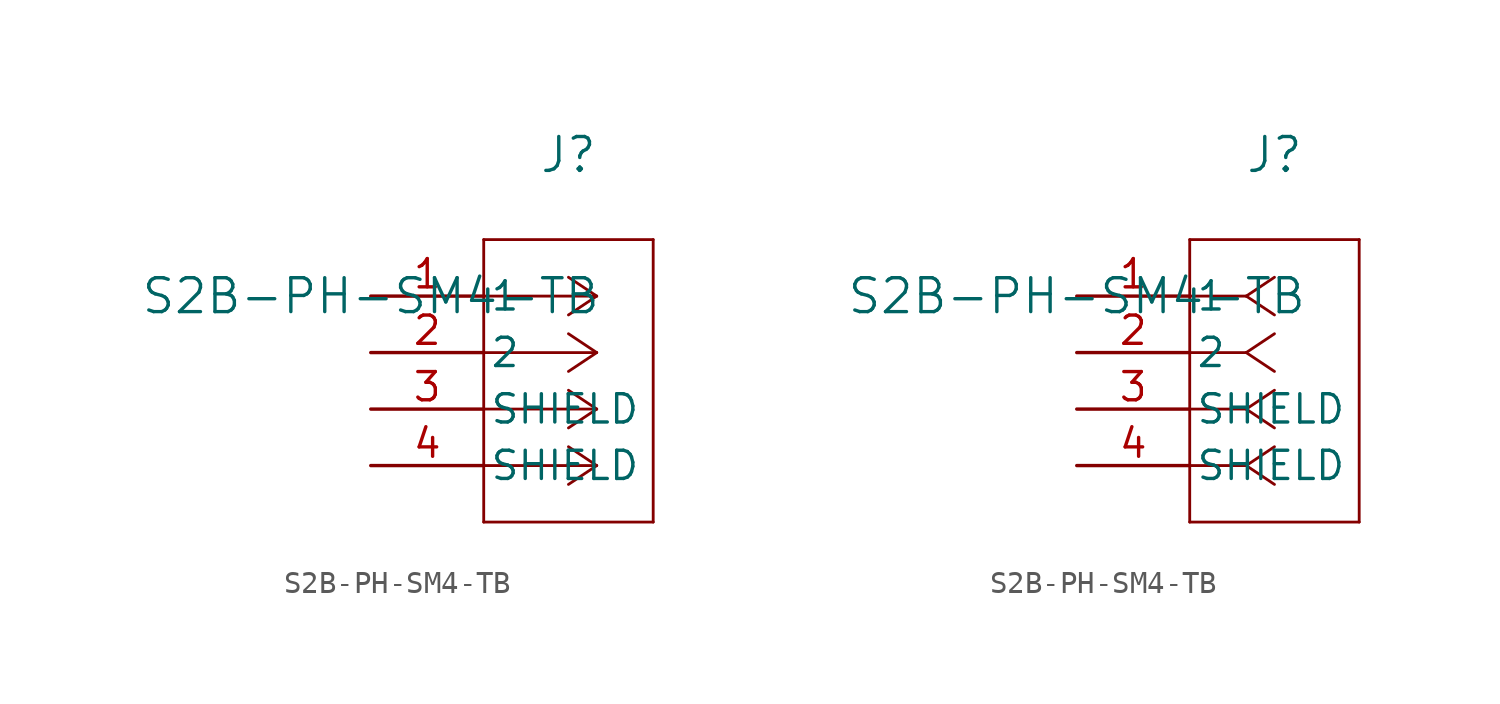
<source format=kicad_sym>
(kicad_symbol_lib
  (version 20211014)
  (generator kicad_symbol_editor)
  (symbol "S2B-PH-SM4-TB"
    (pin_names
      (offset 0.254))
    (property "Reference" "J"
      (at 8.89 6.35 0)
      (effects (font (size 1.524 1.524))))
    (property "Value" "S2B-PH-SM4-TB"
      (at 0 0 0)
      (effects (font (size 1.524 1.524))))
    (symbol "S2B-PH-SM4-TB_1_1"
      (polyline (pts (xy 10.16 0) (xy 5.08 0)) (stroke (width 0.127) (type default) (color 0 0 0 0)) (fill (type none)))
      (polyline (pts (xy 10.16 -2.54) (xy 5.08 -2.54)) (stroke (width 0.127) (type default) (color 0 0 0 0)) (fill (type none)))
      (polyline (pts (xy 10.16 -5.08) (xy 5.08 -5.08)) (stroke (width 0.127) (type default) (color 0 0 0 0)) (fill (type none)))
      (polyline (pts (xy 10.16 -7.62) (xy 5.08 -7.62)) (stroke (width 0.127) (type default) (color 0 0 0 0)) (fill (type none)))
      (polyline (pts (xy 10.16 0) (xy 8.89 0.847)) (stroke (width 0.127) (type default) (color 0 0 0 0)) (fill (type none)))
      (polyline (pts (xy 10.16 -2.54) (xy 8.89 -1.693)) (stroke (width 0.127) (type default) (color 0 0 0 0)) (fill (type none)))
      (polyline (pts (xy 10.16 -5.08) (xy 8.89 -4.233)) (stroke (width 0.127) (type default) (color 0 0 0 0)) (fill (type none)))
      (polyline (pts (xy 10.16 -7.62) (xy 8.89 -6.773)) (stroke (width 0.127) (type default) (color 0 0 0 0)) (fill (type none)))
      (polyline (pts (xy 10.16 0) (xy 8.89 -0.847)) (stroke (width 0.127) (type default) (color 0 0 0 0)) (fill (type none)))
      (polyline (pts (xy 10.16 -2.54) (xy 8.89 -3.387)) (stroke (width 0.127) (type default) (color 0 0 0 0)) (fill (type none)))
      (polyline (pts (xy 10.16 -5.08) (xy 8.89 -5.927)) (stroke (width 0.127) (type default) (color 0 0 0 0)) (fill (type none)))
      (polyline (pts (xy 10.16 -7.62) (xy 8.89 -8.467)) (stroke (width 0.127) (type default) (color 0 0 0 0)) (fill (type none)))
      (polyline (pts (xy 5.08 2.54) (xy 5.08 -10.16)) (stroke (width 0.127) (type default) (color 0 0 0 0)) (fill (type none)))
      (polyline (pts (xy 5.08 -10.16) (xy 12.7 -10.16)) (stroke (width 0.127) (type default) (color 0 0 0 0)) (fill (type none)))
      (polyline (pts (xy 12.7 -10.16) (xy 12.7 2.54)) (stroke (width 0.127) (type default) (color 0 0 0 0)) (fill (type none)))
      (polyline (pts (xy 12.7 2.54) (xy 5.08 2.54)) (stroke (width 0.127) (type default) (color 0 0 0 0)) (fill (type none)))
      (pin unspecified line (at 0 0 0) (length 5.08) (name "1" (effects (font (size 1.27 1.27)))) (number "1" (effects (font (size 1.27 1.27)))))
      (pin unspecified line (at 0 -2.54 0) (length 5.08) (name "2" (effects (font (size 1.27 1.27)))) (number "2" (effects (font (size 1.27 1.27)))))
      (pin unspecified line (at 0 -5.08 0) (length 5.08) (name "SHIELD" (effects (font (size 1.27 1.27)))) (number "3" (effects (font (size 1.27 1.27)))))
      (pin unspecified line (at 0 -7.62 0) (length 5.08) (name "SHIELD" (effects (font (size 1.27 1.27)))) (number "4" (effects (font (size 1.27 1.27))))))
    (symbol "S2B-PH-SM4-TB_1_2"
      (polyline (pts (xy 7.62 0) (xy 5.08 0)) (stroke (width 0.127) (type default) (color 0 0 0 0)) (fill (type none)))
      (polyline (pts (xy 7.62 -2.54) (xy 5.08 -2.54)) (stroke (width 0.127) (type default) (color 0 0 0 0)) (fill (type none)))
      (polyline (pts (xy 7.62 -5.08) (xy 5.08 -5.08)) (stroke (width 0.127) (type default) (color 0 0 0 0)) (fill (type none)))
      (polyline (pts (xy 7.62 -7.62) (xy 5.08 -7.62)) (stroke (width 0.127) (type default) (color 0 0 0 0)) (fill (type none)))
      (polyline (pts (xy 7.62 0) (xy 8.89 0.847)) (stroke (width 0.127) (type default) (color 0 0 0 0)) (fill (type none)))
      (polyline (pts (xy 7.62 -2.54) (xy 8.89 -1.693)) (stroke (width 0.127) (type default) (color 0 0 0 0)) (fill (type none)))
      (polyline (pts (xy 7.62 -5.08) (xy 8.89 -4.233)) (stroke (width 0.127) (type default) (color 0 0 0 0)) (fill (type none)))
      (polyline (pts (xy 7.62 -7.62) (xy 8.89 -6.773)) (stroke (width 0.127) (type default) (color 0 0 0 0)) (fill (type none)))
      (polyline (pts (xy 7.62 0) (xy 8.89 -0.847)) (stroke (width 0.127) (type default) (color 0 0 0 0)) (fill (type none)))
      (polyline (pts (xy 7.62 -2.54) (xy 8.89 -3.387)) (stroke (width 0.127) (type default) (color 0 0 0 0)) (fill (type none)))
      (polyline (pts (xy 7.62 -5.08) (xy 8.89 -5.927)) (stroke (width 0.127) (type default) (color 0 0 0 0)) (fill (type none)))
      (polyline (pts (xy 7.62 -7.62) (xy 8.89 -8.467)) (stroke (width 0.127) (type default) (color 0 0 0 0)) (fill (type none)))
      (polyline (pts (xy 5.08 2.54) (xy 5.08 -10.16)) (stroke (width 0.127) (type default) (color 0 0 0 0)) (fill (type none)))
      (polyline (pts (xy 5.08 -10.16) (xy 12.7 -10.16)) (stroke (width 0.127) (type default) (color 0 0 0 0)) (fill (type none)))
      (polyline (pts (xy 12.7 -10.16) (xy 12.7 2.54)) (stroke (width 0.127) (type default) (color 0 0 0 0)) (fill (type none)))
      (polyline (pts (xy 12.7 2.54) (xy 5.08 2.54)) (stroke (width 0.127) (type default) (color 0 0 0 0)) (fill (type none)))
      (pin unspecified line (at 0 0 0) (length 5.08) (name "1" (effects (font (size 1.27 1.27)))) (number "1" (effects (font (size 1.27 1.27)))))
      (pin unspecified line (at 0 -2.54 0) (length 5.08) (name "2" (effects (font (size 1.27 1.27)))) (number "2" (effects (font (size 1.27 1.27)))))
      (pin unspecified line (at 0 -5.08 0) (length 5.08) (name "SHIELD" (effects (font (size 1.27 1.27)))) (number "3" (effects (font (size 1.27 1.27)))))
      (pin unspecified line (at 0 -7.62 0) (length 5.08) (name "SHIELD" (effects (font (size 1.27 1.27)))) (number "4" (effects (font (size 1.27 1.27))))))))
</source>
